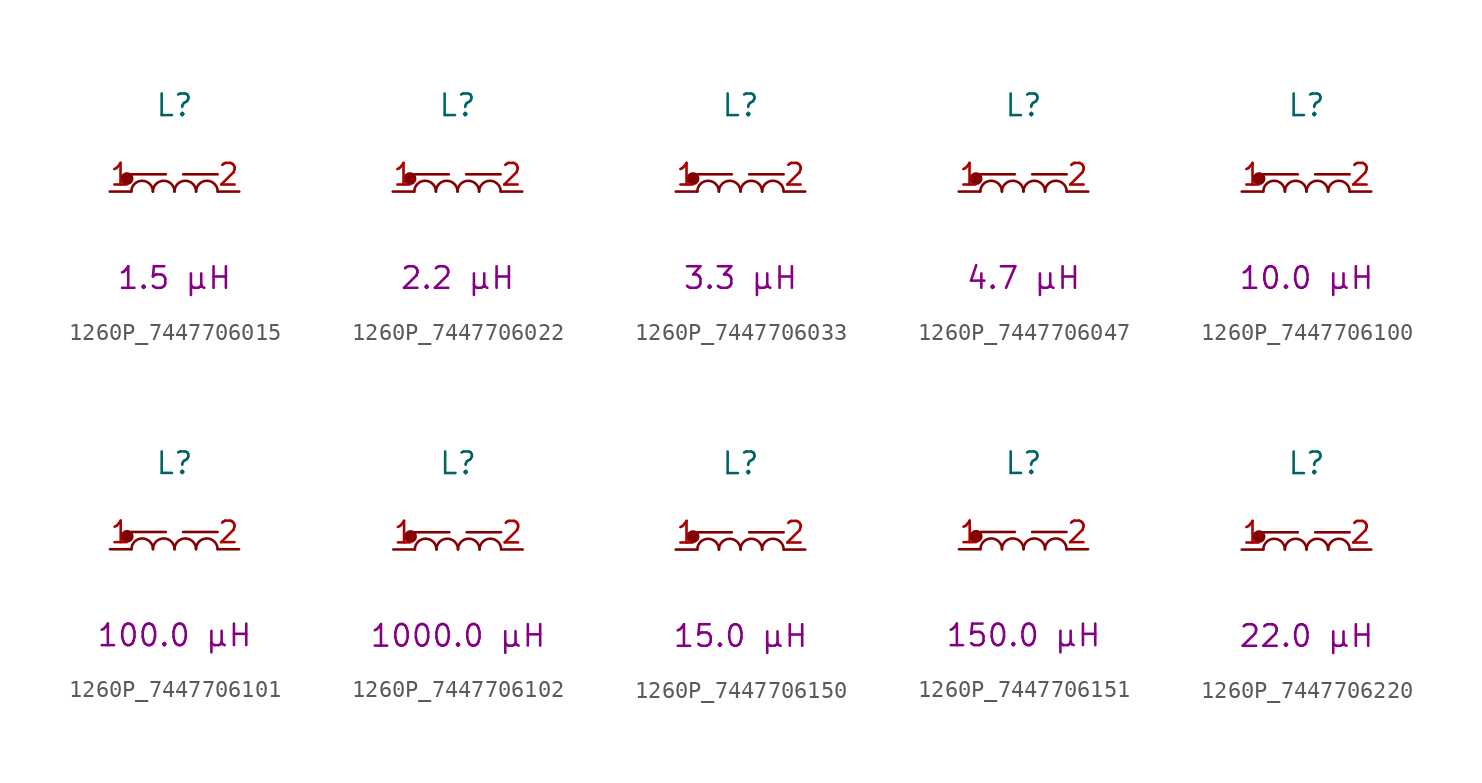
<source format=kicad_sym>
(kicad_symbol_lib
  (version 20220914)
  (generator kicad_symbol_editor)
  (symbol "1260P_7447706015"
    (pin_names hide)
    (property "Reference" "L"
      (at 0 5.08 0)
      (effects (font (size 1.27 1.27))))
    (property "Critical Parameter" "1.5 µH"
      (at 0 -5.08 0)
      (effects (font (size 1.27 1.27))))
    (symbol "1260P_7447706015_0_1"
      (arc (start -1.27 0) (mid -1.905 0.6323) (end -2.54 0) (stroke (width 0) (type default)) (fill (type none)))
      (arc (start 0 0) (mid -0.635 0.6323) (end -1.27 0) (stroke (width 0) (type default)) (fill (type none)))
      (polyline (pts (xy -2.54 1.016) (xy -0.508 1.016)) (stroke (width 0) (type default)) (fill (type none)))
      (arc (start 1.27 0) (mid 0.635 0.6323) (end 0 0) (stroke (width 0) (type default)) (fill (type none)))
      (arc (start 2.54 0) (mid 1.905 0.6323) (end 1.27 0) (stroke (width 0) (type default)) (fill (type none))))
    (symbol "1260P_7447706015_1_1"
      (circle (center -2.794 0.762) (radius 0.0001) (stroke (width 0.381) (type default)) (fill (type none)))
      (polyline (pts (xy 2.54 1.016) (xy 0.508 1.016)) (stroke (width 0) (type default)) (fill (type none)))
      (pin passive line (at -3.81 0 0) (length 1.27) (name "1" (effects (font (size 1.27 1.27)))) (number "1" (effects (font (size 1.27 1.27)))))
      (pin passive line (at 3.81 0 180) (length 1.27) (name "2" (effects (font (size 1.27 1.27)))) (number "2" (effects (font (size 1.27 1.27)))))))
  (symbol "1260P_7447706022"
    (pin_names hide)
    (property "Reference" "L"
      (at 0 5.08 0)
      (effects (font (size 1.27 1.27))))
    (property "Critical Parameter" "2.2 µH"
      (at 0 -5.08 0)
      (effects (font (size 1.27 1.27))))
    (symbol "1260P_7447706022_0_1"
      (arc (start -1.27 0) (mid -1.905 0.6323) (end -2.54 0) (stroke (width 0) (type default)) (fill (type none)))
      (arc (start 0 0) (mid -0.635 0.6323) (end -1.27 0) (stroke (width 0) (type default)) (fill (type none)))
      (polyline (pts (xy -2.54 1.016) (xy -0.508 1.016)) (stroke (width 0) (type default)) (fill (type none)))
      (arc (start 1.27 0) (mid 0.635 0.6323) (end 0 0) (stroke (width 0) (type default)) (fill (type none)))
      (arc (start 2.54 0) (mid 1.905 0.6323) (end 1.27 0) (stroke (width 0) (type default)) (fill (type none))))
    (symbol "1260P_7447706022_1_1"
      (circle (center -2.794 0.762) (radius 0.0001) (stroke (width 0.381) (type default)) (fill (type none)))
      (polyline (pts (xy 2.54 1.016) (xy 0.508 1.016)) (stroke (width 0) (type default)) (fill (type none)))
      (pin passive line (at -3.81 0 0) (length 1.27) (name "1" (effects (font (size 1.27 1.27)))) (number "1" (effects (font (size 1.27 1.27)))))
      (pin passive line (at 3.81 0 180) (length 1.27) (name "2" (effects (font (size 1.27 1.27)))) (number "2" (effects (font (size 1.27 1.27)))))))
  (symbol "1260P_7447706033"
    (pin_names hide)
    (property "Reference" "L"
      (at 0 5.08 0)
      (effects (font (size 1.27 1.27))))
    (property "Critical Parameter" "3.3 µH"
      (at 0 -5.08 0)
      (effects (font (size 1.27 1.27))))
    (symbol "1260P_7447706033_0_1"
      (arc (start -1.27 0) (mid -1.905 0.6323) (end -2.54 0) (stroke (width 0) (type default)) (fill (type none)))
      (arc (start 0 0) (mid -0.635 0.6323) (end -1.27 0) (stroke (width 0) (type default)) (fill (type none)))
      (polyline (pts (xy -2.54 1.016) (xy -0.508 1.016)) (stroke (width 0) (type default)) (fill (type none)))
      (arc (start 1.27 0) (mid 0.635 0.6323) (end 0 0) (stroke (width 0) (type default)) (fill (type none)))
      (arc (start 2.54 0) (mid 1.905 0.6323) (end 1.27 0) (stroke (width 0) (type default)) (fill (type none))))
    (symbol "1260P_7447706033_1_1"
      (circle (center -2.794 0.762) (radius 0.0001) (stroke (width 0.381) (type default)) (fill (type none)))
      (polyline (pts (xy 2.54 1.016) (xy 0.508 1.016)) (stroke (width 0) (type default)) (fill (type none)))
      (pin passive line (at -3.81 0 0) (length 1.27) (name "1" (effects (font (size 1.27 1.27)))) (number "1" (effects (font (size 1.27 1.27)))))
      (pin passive line (at 3.81 0 180) (length 1.27) (name "2" (effects (font (size 1.27 1.27)))) (number "2" (effects (font (size 1.27 1.27)))))))
  (symbol "1260P_7447706047"
    (pin_names hide)
    (property "Reference" "L"
      (at 0 5.08 0)
      (effects (font (size 1.27 1.27))))
    (property "Critical Parameter" "4.7 µH"
      (at 0 -5.08 0)
      (effects (font (size 1.27 1.27))))
    (symbol "1260P_7447706047_0_1"
      (arc (start -1.27 0) (mid -1.905 0.6323) (end -2.54 0) (stroke (width 0) (type default)) (fill (type none)))
      (arc (start 0 0) (mid -0.635 0.6323) (end -1.27 0) (stroke (width 0) (type default)) (fill (type none)))
      (polyline (pts (xy -2.54 1.016) (xy -0.508 1.016)) (stroke (width 0) (type default)) (fill (type none)))
      (arc (start 1.27 0) (mid 0.635 0.6323) (end 0 0) (stroke (width 0) (type default)) (fill (type none)))
      (arc (start 2.54 0) (mid 1.905 0.6323) (end 1.27 0) (stroke (width 0) (type default)) (fill (type none))))
    (symbol "1260P_7447706047_1_1"
      (circle (center -2.794 0.762) (radius 0.0001) (stroke (width 0.381) (type default)) (fill (type none)))
      (polyline (pts (xy 2.54 1.016) (xy 0.508 1.016)) (stroke (width 0) (type default)) (fill (type none)))
      (pin passive line (at -3.81 0 0) (length 1.27) (name "1" (effects (font (size 1.27 1.27)))) (number "1" (effects (font (size 1.27 1.27)))))
      (pin passive line (at 3.81 0 180) (length 1.27) (name "2" (effects (font (size 1.27 1.27)))) (number "2" (effects (font (size 1.27 1.27)))))))
  (symbol "1260P_7447706100"
    (pin_names hide)
    (property "Reference" "L"
      (at 0 5.08 0)
      (effects (font (size 1.27 1.27))))
    (property "Critical Parameter" "10.0 µH"
      (at 0 -5.08 0)
      (effects (font (size 1.27 1.27))))
    (symbol "1260P_7447706100_0_1"
      (arc (start -1.27 0) (mid -1.905 0.6323) (end -2.54 0) (stroke (width 0) (type default)) (fill (type none)))
      (arc (start 0 0) (mid -0.635 0.6323) (end -1.27 0) (stroke (width 0) (type default)) (fill (type none)))
      (polyline (pts (xy -2.54 1.016) (xy -0.508 1.016)) (stroke (width 0) (type default)) (fill (type none)))
      (arc (start 1.27 0) (mid 0.635 0.6323) (end 0 0) (stroke (width 0) (type default)) (fill (type none)))
      (arc (start 2.54 0) (mid 1.905 0.6323) (end 1.27 0) (stroke (width 0) (type default)) (fill (type none))))
    (symbol "1260P_7447706100_1_1"
      (circle (center -2.794 0.762) (radius 0.0001) (stroke (width 0.381) (type default)) (fill (type none)))
      (polyline (pts (xy 2.54 1.016) (xy 0.508 1.016)) (stroke (width 0) (type default)) (fill (type none)))
      (pin passive line (at -3.81 0 0) (length 1.27) (name "1" (effects (font (size 1.27 1.27)))) (number "1" (effects (font (size 1.27 1.27)))))
      (pin passive line (at 3.81 0 180) (length 1.27) (name "2" (effects (font (size 1.27 1.27)))) (number "2" (effects (font (size 1.27 1.27)))))))
  (symbol "1260P_7447706101"
    (pin_names hide)
    (property "Reference" "L"
      (at 0 5.08 0)
      (effects (font (size 1.27 1.27))))
    (property "Critical Parameter" "100.0 µH"
      (at 0 -5.08 0)
      (effects (font (size 1.27 1.27))))
    (symbol "1260P_7447706101_0_1"
      (arc (start -1.27 0) (mid -1.905 0.6323) (end -2.54 0) (stroke (width 0) (type default)) (fill (type none)))
      (arc (start 0 0) (mid -0.635 0.6323) (end -1.27 0) (stroke (width 0) (type default)) (fill (type none)))
      (polyline (pts (xy -2.54 1.016) (xy -0.508 1.016)) (stroke (width 0) (type default)) (fill (type none)))
      (arc (start 1.27 0) (mid 0.635 0.6323) (end 0 0) (stroke (width 0) (type default)) (fill (type none)))
      (arc (start 2.54 0) (mid 1.905 0.6323) (end 1.27 0) (stroke (width 0) (type default)) (fill (type none))))
    (symbol "1260P_7447706101_1_1"
      (circle (center -2.794 0.762) (radius 0.0001) (stroke (width 0.381) (type default)) (fill (type none)))
      (polyline (pts (xy 2.54 1.016) (xy 0.508 1.016)) (stroke (width 0) (type default)) (fill (type none)))
      (pin passive line (at -3.81 0 0) (length 1.27) (name "1" (effects (font (size 1.27 1.27)))) (number "1" (effects (font (size 1.27 1.27)))))
      (pin passive line (at 3.81 0 180) (length 1.27) (name "2" (effects (font (size 1.27 1.27)))) (number "2" (effects (font (size 1.27 1.27)))))))
  (symbol "1260P_7447706102"
    (pin_names hide)
    (property "Reference" "L"
      (at 0 5.08 0)
      (effects (font (size 1.27 1.27))))
    (property "Critical Parameter" "1000.0 µH"
      (at 0 -5.08 0)
      (effects (font (size 1.27 1.27))))
    (symbol "1260P_7447706102_0_1"
      (arc (start -1.27 0) (mid -1.905 0.6323) (end -2.54 0) (stroke (width 0) (type default)) (fill (type none)))
      (arc (start 0 0) (mid -0.635 0.6323) (end -1.27 0) (stroke (width 0) (type default)) (fill (type none)))
      (polyline (pts (xy -2.54 1.016) (xy -0.508 1.016)) (stroke (width 0) (type default)) (fill (type none)))
      (arc (start 1.27 0) (mid 0.635 0.6323) (end 0 0) (stroke (width 0) (type default)) (fill (type none)))
      (arc (start 2.54 0) (mid 1.905 0.6323) (end 1.27 0) (stroke (width 0) (type default)) (fill (type none))))
    (symbol "1260P_7447706102_1_1"
      (circle (center -2.794 0.762) (radius 0.0001) (stroke (width 0.381) (type default)) (fill (type none)))
      (polyline (pts (xy 2.54 1.016) (xy 0.508 1.016)) (stroke (width 0) (type default)) (fill (type none)))
      (pin passive line (at -3.81 0 0) (length 1.27) (name "1" (effects (font (size 1.27 1.27)))) (number "1" (effects (font (size 1.27 1.27)))))
      (pin passive line (at 3.81 0 180) (length 1.27) (name "2" (effects (font (size 1.27 1.27)))) (number "2" (effects (font (size 1.27 1.27)))))))
  (symbol "1260P_7447706150"
    (pin_names hide)
    (property "Reference" "L"
      (at 0 5.08 0)
      (effects (font (size 1.27 1.27))))
    (property "Critical Parameter" "15.0 µH"
      (at 0 -5.08 0)
      (effects (font (size 1.27 1.27))))
    (symbol "1260P_7447706150_0_1"
      (arc (start -1.27 0) (mid -1.905 0.6323) (end -2.54 0) (stroke (width 0) (type default)) (fill (type none)))
      (arc (start 0 0) (mid -0.635 0.6323) (end -1.27 0) (stroke (width 0) (type default)) (fill (type none)))
      (polyline (pts (xy -2.54 1.016) (xy -0.508 1.016)) (stroke (width 0) (type default)) (fill (type none)))
      (arc (start 1.27 0) (mid 0.635 0.6323) (end 0 0) (stroke (width 0) (type default)) (fill (type none)))
      (arc (start 2.54 0) (mid 1.905 0.6323) (end 1.27 0) (stroke (width 0) (type default)) (fill (type none))))
    (symbol "1260P_7447706150_1_1"
      (circle (center -2.794 0.762) (radius 0.0001) (stroke (width 0.381) (type default)) (fill (type none)))
      (polyline (pts (xy 2.54 1.016) (xy 0.508 1.016)) (stroke (width 0) (type default)) (fill (type none)))
      (pin passive line (at -3.81 0 0) (length 1.27) (name "1" (effects (font (size 1.27 1.27)))) (number "1" (effects (font (size 1.27 1.27)))))
      (pin passive line (at 3.81 0 180) (length 1.27) (name "2" (effects (font (size 1.27 1.27)))) (number "2" (effects (font (size 1.27 1.27)))))))
  (symbol "1260P_7447706151"
    (pin_names hide)
    (property "Reference" "L"
      (at 0 5.08 0)
      (effects (font (size 1.27 1.27))))
    (property "Critical Parameter" "150.0 µH"
      (at 0 -5.08 0)
      (effects (font (size 1.27 1.27))))
    (symbol "1260P_7447706151_0_1"
      (arc (start -1.27 0) (mid -1.905 0.6323) (end -2.54 0) (stroke (width 0) (type default)) (fill (type none)))
      (arc (start 0 0) (mid -0.635 0.6323) (end -1.27 0) (stroke (width 0) (type default)) (fill (type none)))
      (polyline (pts (xy -2.54 1.016) (xy -0.508 1.016)) (stroke (width 0) (type default)) (fill (type none)))
      (arc (start 1.27 0) (mid 0.635 0.6323) (end 0 0) (stroke (width 0) (type default)) (fill (type none)))
      (arc (start 2.54 0) (mid 1.905 0.6323) (end 1.27 0) (stroke (width 0) (type default)) (fill (type none))))
    (symbol "1260P_7447706151_1_1"
      (circle (center -2.794 0.762) (radius 0.0001) (stroke (width 0.381) (type default)) (fill (type none)))
      (polyline (pts (xy 2.54 1.016) (xy 0.508 1.016)) (stroke (width 0) (type default)) (fill (type none)))
      (pin passive line (at -3.81 0 0) (length 1.27) (name "1" (effects (font (size 1.27 1.27)))) (number "1" (effects (font (size 1.27 1.27)))))
      (pin passive line (at 3.81 0 180) (length 1.27) (name "2" (effects (font (size 1.27 1.27)))) (number "2" (effects (font (size 1.27 1.27)))))))
  (symbol "1260P_7447706220"
    (pin_names hide)
    (property "Reference" "L"
      (at 0 5.08 0)
      (effects (font (size 1.27 1.27))))
    (property "Critical Parameter" "22.0 µH"
      (at 0 -5.08 0)
      (effects (font (size 1.27 1.27))))
    (symbol "1260P_7447706220_0_1"
      (arc (start -1.27 0) (mid -1.905 0.6323) (end -2.54 0) (stroke (width 0) (type default)) (fill (type none)))
      (arc (start 0 0) (mid -0.635 0.6323) (end -1.27 0) (stroke (width 0) (type default)) (fill (type none)))
      (polyline (pts (xy -2.54 1.016) (xy -0.508 1.016)) (stroke (width 0) (type default)) (fill (type none)))
      (arc (start 1.27 0) (mid 0.635 0.6323) (end 0 0) (stroke (width 0) (type default)) (fill (type none)))
      (arc (start 2.54 0) (mid 1.905 0.6323) (end 1.27 0) (stroke (width 0) (type default)) (fill (type none))))
    (symbol "1260P_7447706220_1_1"
      (circle (center -2.794 0.762) (radius 0.0001) (stroke (width 0.381) (type default)) (fill (type none)))
      (polyline (pts (xy 2.54 1.016) (xy 0.508 1.016)) (stroke (width 0) (type default)) (fill (type none)))
      (pin passive line (at -3.81 0 0) (length 1.27) (name "1" (effects (font (size 1.27 1.27)))) (number "1" (effects (font (size 1.27 1.27)))))
      (pin passive line (at 3.81 0 180) (length 1.27) (name "2" (effects (font (size 1.27 1.27)))) (number "2" (effects (font (size 1.27 1.27))))))))
</source>
